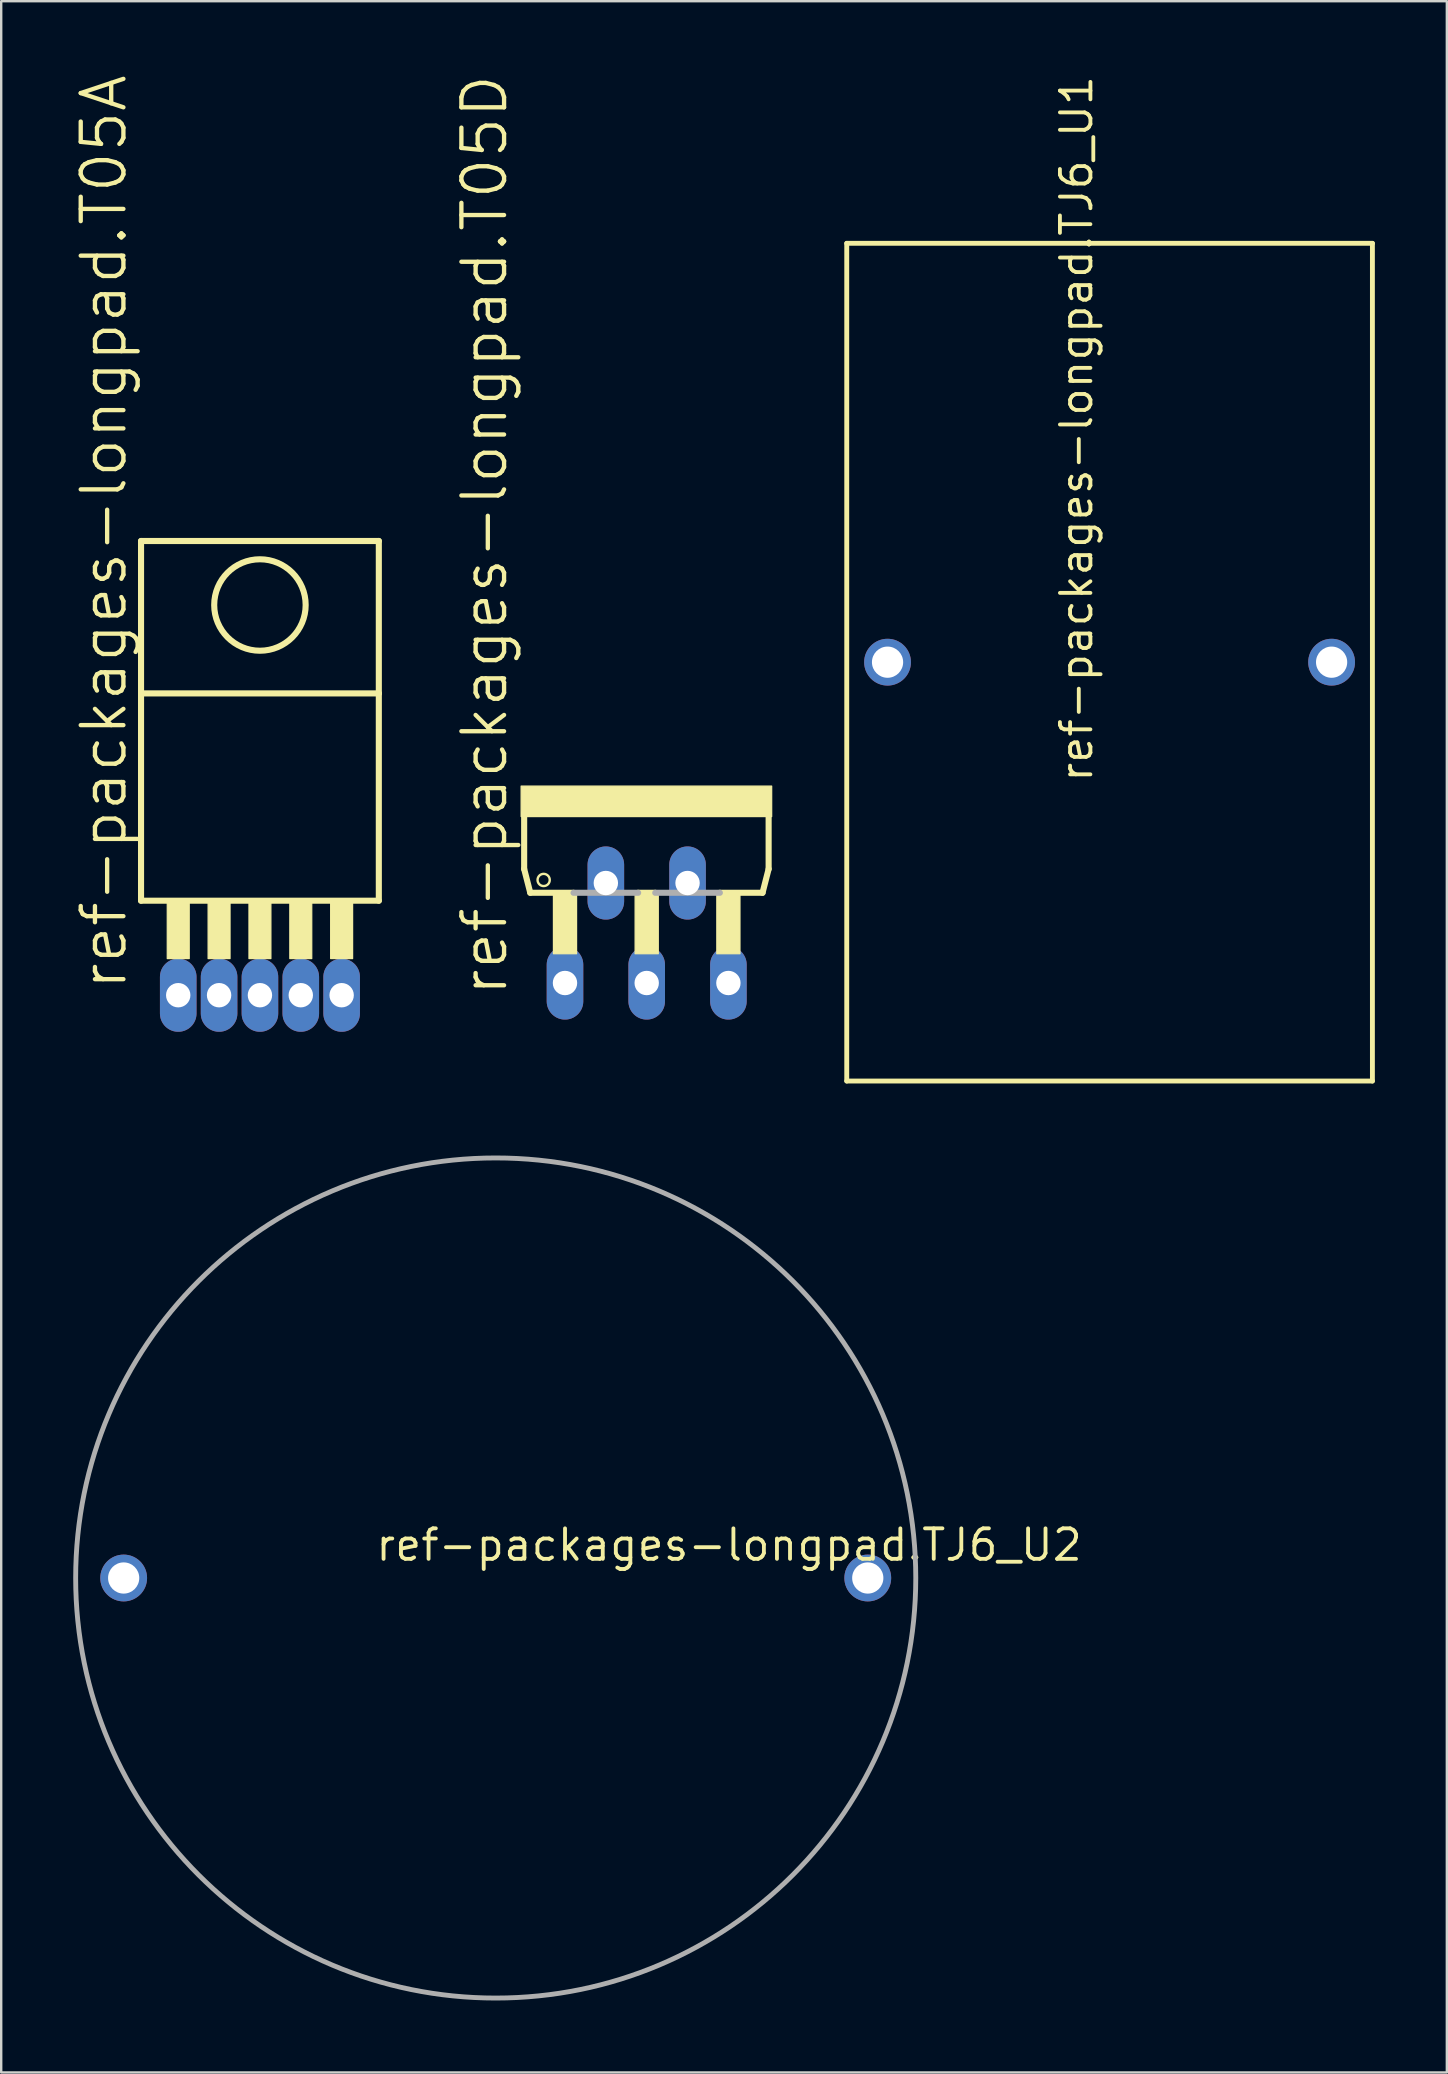
<source format=kicad_pcb>
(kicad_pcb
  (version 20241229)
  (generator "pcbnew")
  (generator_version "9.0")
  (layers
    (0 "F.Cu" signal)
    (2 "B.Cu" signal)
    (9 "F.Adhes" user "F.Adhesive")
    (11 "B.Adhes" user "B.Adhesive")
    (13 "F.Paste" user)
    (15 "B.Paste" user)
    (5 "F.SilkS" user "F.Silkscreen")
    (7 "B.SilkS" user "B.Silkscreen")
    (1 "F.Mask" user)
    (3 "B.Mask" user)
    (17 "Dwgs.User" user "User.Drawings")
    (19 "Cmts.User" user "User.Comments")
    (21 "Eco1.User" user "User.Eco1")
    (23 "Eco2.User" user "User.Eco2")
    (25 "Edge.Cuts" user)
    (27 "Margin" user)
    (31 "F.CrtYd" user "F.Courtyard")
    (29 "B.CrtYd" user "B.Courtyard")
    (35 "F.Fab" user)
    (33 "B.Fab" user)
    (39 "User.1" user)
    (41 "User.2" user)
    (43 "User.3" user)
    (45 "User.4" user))
  (footprint "ref-packages-longpad.T05D"
    (layer "F.Cu")
    (at 23.892 32.823)
    (property "Reference" "ref-packages-longpad.T05D" (at -5.715 5.715 90) (layer "F.SilkS") (effects (font (size 1.778 1.778) (thickness 0.18)) (justify left bottom)))
    (attr through_hole)
    (fp_line (start -5.105 -2.007) (end -5.105 0.33) (stroke (width 0.254) (type default)) (layer "F.SilkS"))
    (fp_line (start -5.105 0.33) (end -4.851 1.321) (stroke (width 0.254) (type default)) (layer "F.SilkS"))
    (fp_line (start -4.851 1.321) (end -3.048 1.321) (stroke (width 0.254) (type default)) (layer "F.SilkS"))
    (fp_line (start -0.356 1.321) (end 0.356 1.321) (stroke (width 0.254) (type default)) (layer "F.SilkS"))
    (fp_line (start 3.048 1.321) (end 4.826 1.321) (stroke (width 0.254) (type default)) (layer "F.SilkS"))
    (fp_line (start 4.826 1.321) (end 5.08 0.33) (stroke (width 0.254) (type default)) (layer "F.SilkS"))
    (fp_line (start 5.08 0.33) (end 5.08 -2.007) (stroke (width 0.254) (type default)) (layer "F.SilkS"))
    (fp_rect (start -5.232 -1.854) (end 5.207 -3.124) (stroke (width 0.05) (type default)) (fill yes) (layer "F.SilkS"))
    (fp_rect (start -3.886 3.861) (end -2.921 1.346) (stroke (width 0.05) (type default)) (fill yes) (layer "F.SilkS"))
    (fp_rect (start -0.483 3.861) (end 0.483 1.346) (stroke (width 0.05) (type default)) (fill yes) (layer "F.SilkS"))
    (fp_rect (start 2.921 3.861) (end 3.886 1.346) (stroke (width 0.05) (type default)) (fill yes) (layer "F.SilkS"))
    (fp_circle (center -4.293 0.787) (end -4.039 0.787) (stroke (width 0.1) (type default)) (fill no) (layer "F.SilkS"))
    (fp_line (start -3.048 1.321) (end -0.356 1.321) (stroke (width 0.254) (type default)) (layer "F.Fab"))
    (fp_line (start 0.356 1.321) (end 3.048 1.321) (stroke (width 0.254) (type default)) (layer "F.Fab"))
    (pad "1" thru_hole oval (at -3.404 5.08 90) (size 3.048 1.524) (drill 1.016) (layers "*.Cu" "*.Mask"))
    (pad "2" thru_hole oval (at -1.702 0.914 90) (size 3.048 1.524) (drill 1.016) (layers "*.Cu" "*.Mask"))
    (pad "3" thru_hole oval (at 0 5.08 90) (size 3.048 1.524) (drill 1.016) (layers "*.Cu" "*.Mask"))
    (pad "4" thru_hole oval (at 1.702 0.914 90) (size 3.048 1.524) (drill 1.016) (layers "*.Cu" "*.Mask"))
    (pad "5" thru_hole oval (at 3.404 5.08 90) (size 3.048 1.524) (drill 1.016) (layers "*.Cu" "*.Mask")))
  (footprint "ref-packages-longpad.TJ6_U1"
    (layer "F.Cu")
    (at 43.176 24.537)
    (property "Reference" "ref-packages-longpad.TJ6_U1" (at -0.635 5.08 90) (layer "F.SilkS") (effects (font (size 1.27 1.27) (thickness 0.16)) (justify left bottom)))
    (attr through_hole)
    (fp_line (start -10.95 -17.45) (end 10.95 -17.45) (stroke (width 0.203) (type default)) (layer "F.SilkS"))
    (fp_line (start -10.95 17.45) (end -10.95 -17.45) (stroke (width 0.203) (type default)) (layer "F.SilkS"))
    (fp_line (start 10.95 -17.45) (end 10.95 17.45) (stroke (width 0.203) (type default)) (layer "F.SilkS"))
    (fp_line (start 10.95 17.45) (end -10.95 17.45) (stroke (width 0.203) (type default)) (layer "F.SilkS"))
    (pad "1" thru_hole circle (at -9.25 0) (size 1.95 1.95) (drill 1.3) (layers "*.Cu" "*.Mask"))
    (pad "2" thru_hole circle (at 9.25 0) (size 1.95 1.95) (drill 1.3) (layers "*.Cu" "*.Mask")))
  (footprint "ref-packages-longpad.T05A"
    (layer "F.Cu")
    (at 7.779 29.521)
    (property "Reference" "ref-packages-longpad.T05A" (at -5.461 8.763 90) (layer "F.SilkS") (effects (font (size 1.778 1.778) (thickness 0.18)) (justify left bottom)))
    (attr through_hole)
    (fp_line (start -4.953 -10.033) (end 4.953 -10.033) (stroke (width 0.254) (type default)) (layer "F.SilkS"))
    (fp_line (start -4.953 -3.683) (end -4.953 -10.033) (stroke (width 0.254) (type default)) (layer "F.SilkS"))
    (fp_line (start -4.953 -3.683) (end 4.953 -3.683) (stroke (width 0.254) (type default)) (layer "F.SilkS"))
    (fp_line (start -4.953 4.953) (end -4.953 -3.683) (stroke (width 0.254) (type default)) (layer "F.SilkS"))
    (fp_line (start 4.953 -10.033) (end 4.953 -3.683) (stroke (width 0.254) (type default)) (layer "F.SilkS"))
    (fp_line (start 4.953 -3.683) (end 4.953 4.953) (stroke (width 0.254) (type default)) (layer "F.SilkS"))
    (fp_line (start 4.953 4.953) (end -4.953 4.953) (stroke (width 0.254) (type default)) (layer "F.SilkS"))
    (fp_rect (start -3.861 7.366) (end -2.946 4.953) (stroke (width 0.05) (type default)) (fill yes) (layer "F.SilkS"))
    (fp_rect (start -2.159 7.366) (end -1.245 4.953) (stroke (width 0.05) (type default)) (fill yes) (layer "F.SilkS"))
    (fp_rect (start -0.457 7.366) (end 0.457 4.953) (stroke (width 0.05) (type default)) (fill yes) (layer "F.SilkS"))
    (fp_rect (start 1.245 7.366) (end 2.159 4.953) (stroke (width 0.05) (type default)) (fill yes) (layer "F.SilkS"))
    (fp_rect (start 2.946 7.366) (end 3.861 4.953) (stroke (width 0.05) (type default)) (fill yes) (layer "F.SilkS"))
    (fp_circle (center 0 -7.366) (end 1.905 -7.366) (stroke (width 0.254) (type default)) (fill no) (layer "F.SilkS"))
    (pad "1" thru_hole oval (at -3.404 8.89 90) (size 3.048 1.524) (drill 1.016) (layers "*.Cu" "*.Mask"))
    (pad "2" thru_hole oval (at -1.702 8.89 90) (size 3.048 1.524) (drill 1.016) (layers "*.Cu" "*.Mask"))
    (pad "3" thru_hole oval (at 0 8.89 90) (size 3.048 1.524) (drill 1.016) (layers "*.Cu" "*.Mask"))
    (pad "4" thru_hole oval (at 1.702 8.89 90) (size 3.048 1.524) (drill 1.016) (layers "*.Cu" "*.Mask"))
    (pad "5" thru_hole oval (at 3.404 8.89 90) (size 3.048 1.524) (drill 1.016) (layers "*.Cu" "*.Mask")))
  (footprint "ref-packages-longpad.TJ6_U2"
    (layer "F.Cu")
    (at 17.602 62.691)
    (property "Reference" "ref-packages-longpad.TJ6_U2" (at -5.08 -0.635 0) (layer "F.SilkS") (effects (font (size 1.27 1.27) (thickness 0.16)) (justify left bottom)))
    (attr through_hole)
    (fp_circle (center 0 0) (end 17.5 0) (stroke (width 0.203) (type default)) (fill no) (layer "F.Fab"))
    (pad "1" thru_hole circle (at -15.5 0) (size 1.95 1.95) (drill 1.3) (layers "*.Cu" "*.Mask"))
    (pad "2" thru_hole circle (at 15.5 0) (size 1.95 1.95) (drill 1.3) (layers "*.Cu" "*.Mask")))
  (gr_rect
    (start -3 -3)
    (end 57.227 83.292)
    (stroke (width 0.1) (type default))
    (fill no)
    (layer "Edge.Cuts")))
</source>
